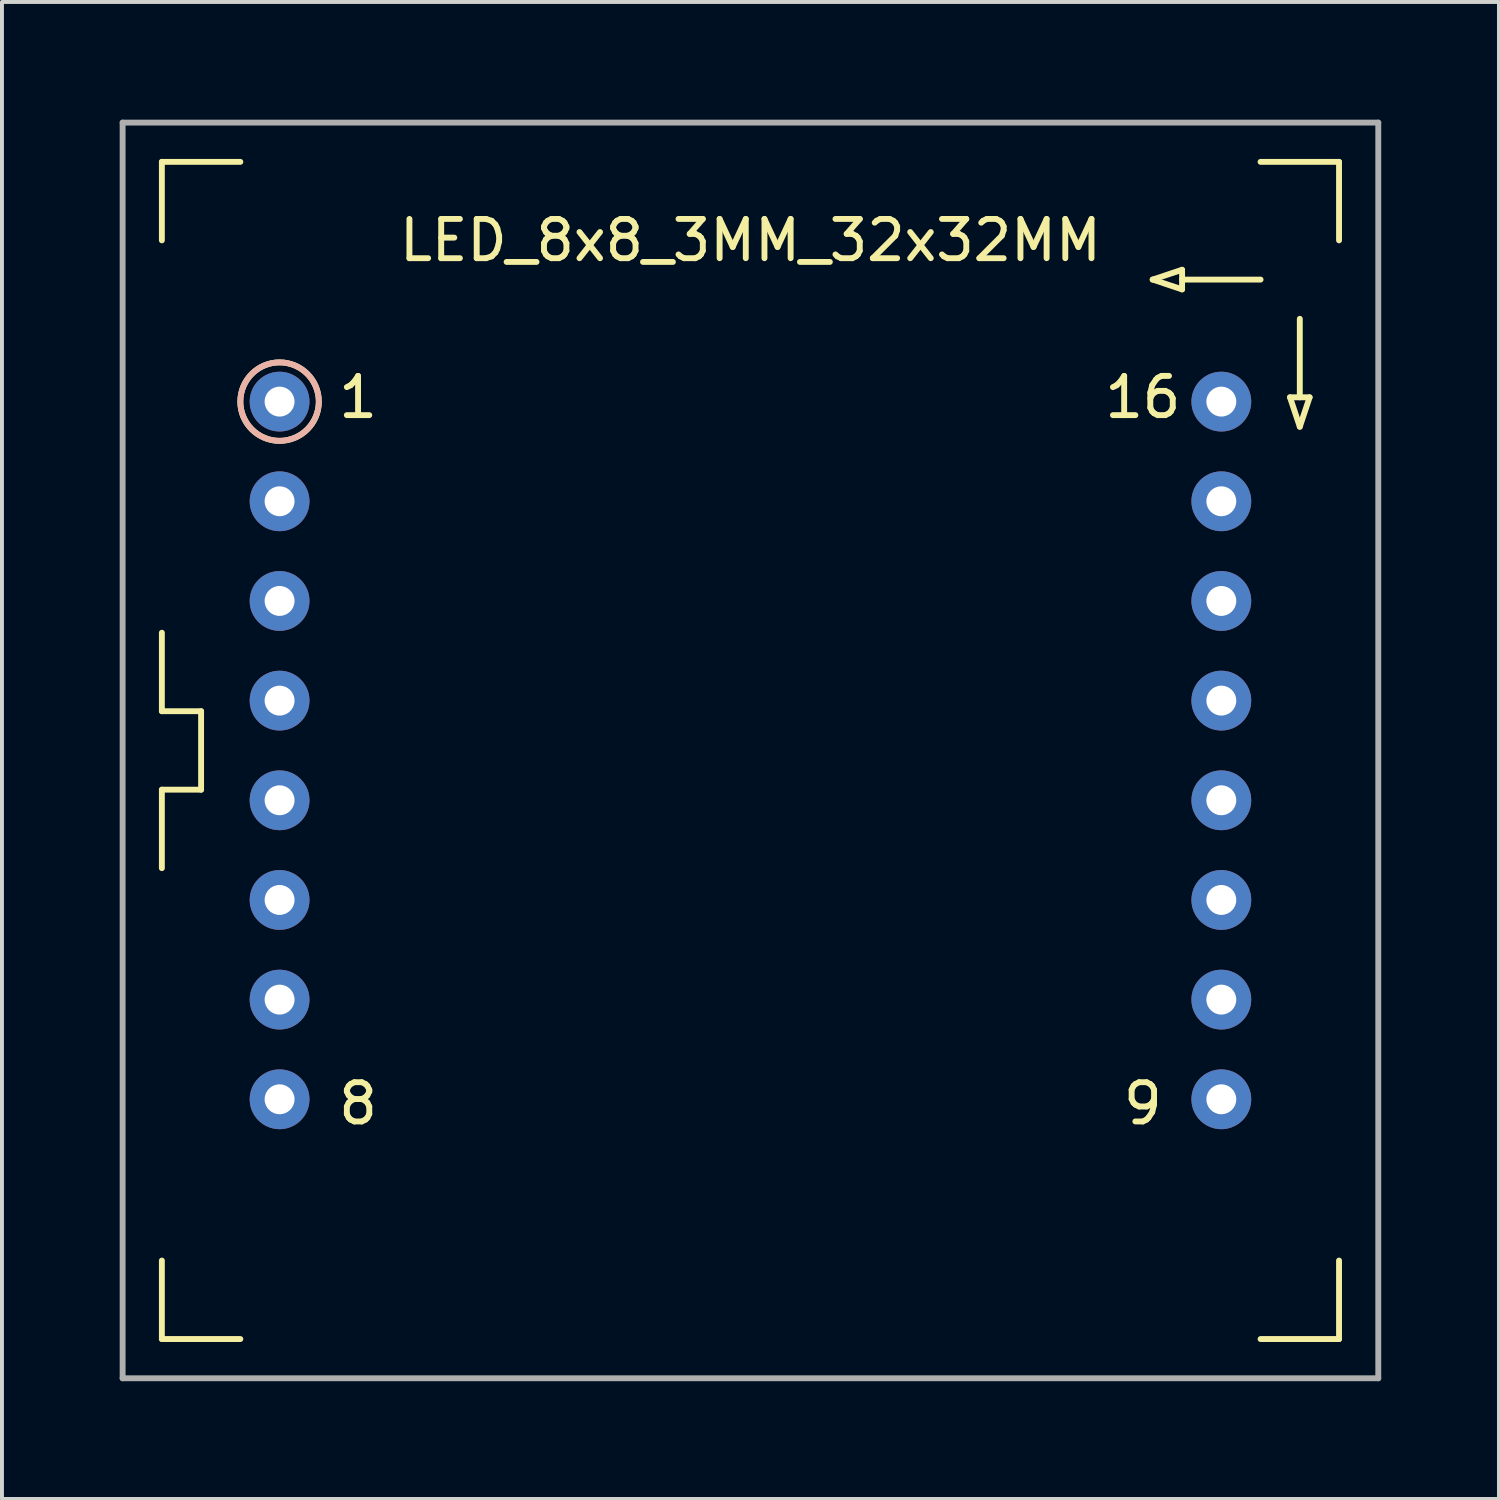
<source format=kicad_pcb>
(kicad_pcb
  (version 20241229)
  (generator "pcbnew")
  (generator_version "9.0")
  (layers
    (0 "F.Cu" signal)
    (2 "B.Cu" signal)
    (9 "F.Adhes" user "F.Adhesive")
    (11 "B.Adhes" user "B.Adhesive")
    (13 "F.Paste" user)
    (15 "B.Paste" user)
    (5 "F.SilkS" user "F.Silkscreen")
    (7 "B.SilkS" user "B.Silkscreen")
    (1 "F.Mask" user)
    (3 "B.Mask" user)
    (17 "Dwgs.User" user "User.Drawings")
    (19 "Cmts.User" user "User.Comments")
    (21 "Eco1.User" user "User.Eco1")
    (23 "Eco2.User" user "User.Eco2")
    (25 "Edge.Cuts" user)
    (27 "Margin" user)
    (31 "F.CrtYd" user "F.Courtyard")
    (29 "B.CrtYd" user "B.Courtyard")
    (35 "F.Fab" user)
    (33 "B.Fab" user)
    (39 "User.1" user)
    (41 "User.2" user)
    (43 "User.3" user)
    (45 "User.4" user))
  (footprint "LED_8x8_3MM_32x32MM"
    (layer "F.Cu")
    (at 16.075 16.075)
    (property "Reference" "LED_8x8_3MM_32x32MM" (at 0 -13 0) (layer "F.SilkS") (effects (font (size 1 1) (thickness 0.15))))
    (attr through_hole)
    (fp_line (start -15 -15) (end -13 -15) (stroke (width 0.15) (type solid)) (layer "F.SilkS"))
    (fp_line (start -15 -13) (end -15 -15) (stroke (width 0.15) (type solid)) (layer "F.SilkS"))
    (fp_line (start -15 -1) (end -15 -3) (stroke (width 0.15) (type solid)) (layer "F.SilkS"))
    (fp_line (start -15 -1) (end -14 -1) (stroke (width 0.15) (type solid)) (layer "F.SilkS"))
    (fp_line (start -15 1) (end -15 3) (stroke (width 0.15) (type solid)) (layer "F.SilkS"))
    (fp_line (start -15 15) (end -15 13) (stroke (width 0.15) (type solid)) (layer "F.SilkS"))
    (fp_line (start -14 -1) (end -14 1) (stroke (width 0.15) (type solid)) (layer "F.SilkS"))
    (fp_line (start -14 1) (end -15 1) (stroke (width 0.15) (type solid)) (layer "F.SilkS"))
    (fp_line (start -13 15) (end -15 15) (stroke (width 0.15) (type solid)) (layer "F.SilkS"))
    (fp_line (start 10.25 -12) (end 11 -11.75) (stroke (width 0.15) (type solid)) (layer "F.SilkS"))
    (fp_line (start 11 -12.25) (end 10.25 -12) (stroke (width 0.15) (type solid)) (layer "F.SilkS"))
    (fp_line (start 11 -11.75) (end 11 -12.25) (stroke (width 0.15) (type solid)) (layer "F.SilkS"))
    (fp_line (start 13 -15) (end 15 -15) (stroke (width 0.15) (type solid)) (layer "F.SilkS"))
    (fp_line (start 13 -12) (end 11 -12) (stroke (width 0.15) (type solid)) (layer "F.SilkS"))
    (fp_line (start 13.75 -9) (end 14.25 -9) (stroke (width 0.15) (type solid)) (layer "F.SilkS"))
    (fp_line (start 14 -11) (end 14 -9) (stroke (width 0.15) (type solid)) (layer "F.SilkS"))
    (fp_line (start 14 -8.25) (end 13.75 -9) (stroke (width 0.15) (type solid)) (layer "F.SilkS"))
    (fp_line (start 14.25 -9) (end 14 -8.25) (stroke (width 0.15) (type solid)) (layer "F.SilkS"))
    (fp_line (start 15 -15) (end 15 -13) (stroke (width 0.15) (type solid)) (layer "F.SilkS"))
    (fp_line (start 15 13) (end 15 15) (stroke (width 0.15) (type solid)) (layer "F.SilkS"))
    (fp_line (start 15 15) (end 13 15) (stroke (width 0.15) (type solid)) (layer "F.SilkS"))
    (fp_circle (center -12 -8.89) (end -12 -7.89) (stroke (width 0.15) (type solid)) (fill no) (layer "F.SilkS"))
    (fp_circle (center -12 -8.89) (end -11 -8.89) (stroke (width 0.15) (type solid)) (fill no) (layer "B.SilkS"))
    (fp_line (start -16 -16) (end 16 -16) (stroke (width 0.15) (type solid)) (layer "F.Fab"))
    (fp_line (start -16 16) (end -16 -16) (stroke (width 0.15) (type solid)) (layer "F.Fab"))
    (fp_line (start 16 -16) (end 16 16) (stroke (width 0.15) (type solid)) (layer "F.Fab"))
    (fp_line (start 16 16) (end -16 16) (stroke (width 0.15) (type solid)) (layer "F.Fab"))
    (fp_text user "8" (at -10 9 0) (layer "F.SilkS") (effects (font (size 1 1) (thickness 0.15))))
    (fp_text user "9" (at 10 9 0) (layer "F.SilkS") (effects (font (size 1 1) (thickness 0.15))))
    (fp_text user "16" (at 10 -9 0) (layer "F.SilkS") (effects (font (size 1 1) (thickness 0.15))))
    (fp_text user "1" (at -10 -9 0) (layer "F.SilkS") (effects (font (size 1 1) (thickness 0.15))))
    (pad "1" thru_hole circle (at -12 -8.89) (size 1.524 1.524) (drill 0.762) (layers "*.Cu" "*.Mask"))
    (pad "2" thru_hole circle (at -12 -6.35) (size 1.524 1.524) (drill 0.762) (layers "*.Cu" "*.Mask"))
    (pad "3" thru_hole circle (at -12 -3.81) (size 1.524 1.524) (drill 0.762) (layers "*.Cu" "*.Mask"))
    (pad "4" thru_hole circle (at -12 -1.27) (size 1.524 1.524) (drill 0.762) (layers "*.Cu" "*.Mask"))
    (pad "5" thru_hole circle (at -12 1.27) (size 1.524 1.524) (drill 0.762) (layers "*.Cu" "*.Mask"))
    (pad "6" thru_hole circle (at -12 3.81) (size 1.524 1.524) (drill 0.762) (layers "*.Cu" "*.Mask"))
    (pad "7" thru_hole circle (at -12 6.35) (size 1.524 1.524) (drill 0.762) (layers "*.Cu" "*.Mask"))
    (pad "8" thru_hole circle (at -12 8.89) (size 1.524 1.524) (drill 0.762) (layers "*.Cu" "*.Mask"))
    (pad "9" thru_hole circle (at 12 8.89) (size 1.524 1.524) (drill 0.762) (layers "*.Cu" "*.Mask"))
    (pad "10" thru_hole circle (at 12 6.35) (size 1.524 1.524) (drill 0.762) (layers "*.Cu" "*.Mask"))
    (pad "11" thru_hole circle (at 12 3.81) (size 1.524 1.524) (drill 0.762) (layers "*.Cu" "*.Mask"))
    (pad "12" thru_hole circle (at 12 1.27) (size 1.524 1.524) (drill 0.762) (layers "*.Cu" "*.Mask"))
    (pad "13" thru_hole circle (at 12 -1.27) (size 1.524 1.524) (drill 0.762) (layers "*.Cu" "*.Mask"))
    (pad "14" thru_hole circle (at 12 -3.81) (size 1.524 1.524) (drill 0.762) (layers "*.Cu" "*.Mask"))
    (pad "15" thru_hole circle (at 12 -6.35) (size 1.524 1.524) (drill 0.762) (layers "*.Cu" "*.Mask"))
    (pad "16" thru_hole circle (at 12 -8.89) (size 1.524 1.524) (drill 0.762) (layers "*.Cu" "*.Mask")))
  (gr_rect
    (start -3 -3)
    (end 35.15 35.15)
    (stroke (width 0.1) (type default))
    (fill no)
    (layer "Edge.Cuts")))
</source>
